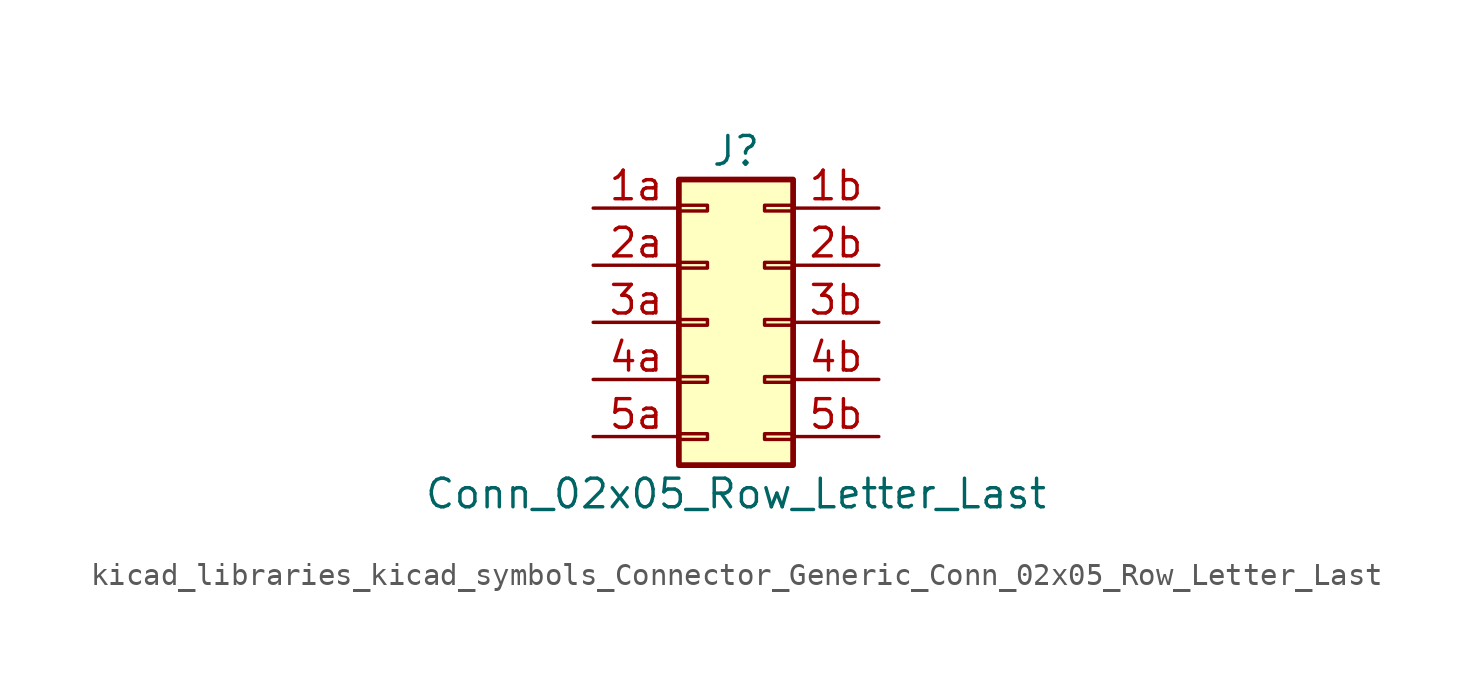
<source format=kicad_sym>
(kicad_symbol_lib
  (version 20220914)
  (generator kicad_symbol_editor)
  (symbol "kicad_libraries_kicad_symbols_Connector_Generic_Conn_02x05_Row_Letter_Last"
    (pin_names
      (offset 1.016) hide)
    (property "Reference" "J"
      (at 1.27 7.62 0)
      (effects (font (size 1.27 1.27))))
    (property "Value" "Conn_02x05_Row_Letter_Last"
      (at 1.27 -7.62 0)
      (effects (font (size 1.27 1.27))))
    (symbol "kicad_libraries_kicad_symbols_Connector_Generic_Conn_02x05_Row_Letter_Last_1_1"
      (rectangle (start -1.27 -4.953) (end 0 -5.207) (stroke (width 0.152) (type default)) (fill (type none)))
      (rectangle (start -1.27 -2.413) (end 0 -2.667) (stroke (width 0.152) (type default)) (fill (type none)))
      (rectangle (start -1.27 0.127) (end 0 -0.127) (stroke (width 0.152) (type default)) (fill (type none)))
      (rectangle (start -1.27 2.667) (end 0 2.413) (stroke (width 0.152) (type default)) (fill (type none)))
      (rectangle (start -1.27 5.207) (end 0 4.953) (stroke (width 0.152) (type default)) (fill (type none)))
      (rectangle (start -1.27 6.35) (end 3.81 -6.35) (stroke (width 0.254) (type default)) (fill (type background)))
      (rectangle (start 3.81 -4.953) (end 2.54 -5.207) (stroke (width 0.152) (type default)) (fill (type none)))
      (rectangle (start 3.81 -2.413) (end 2.54 -2.667) (stroke (width 0.152) (type default)) (fill (type none)))
      (rectangle (start 3.81 0.127) (end 2.54 -0.127) (stroke (width 0.152) (type default)) (fill (type none)))
      (rectangle (start 3.81 2.667) (end 2.54 2.413) (stroke (width 0.152) (type default)) (fill (type none)))
      (rectangle (start 3.81 5.207) (end 2.54 4.953) (stroke (width 0.152) (type default)) (fill (type none)))
      (pin passive line (at -5.08 5.08 0) (length 3.81) (name "Pin_1a" (effects (font (size 1.27 1.27)))) (number "1a" (effects (font (size 1.27 1.27)))))
      (pin passive line (at 7.62 5.08 180) (length 3.81) (name "Pin_1b" (effects (font (size 1.27 1.27)))) (number "1b" (effects (font (size 1.27 1.27)))))
      (pin passive line (at -5.08 2.54 0) (length 3.81) (name "Pin_2a" (effects (font (size 1.27 1.27)))) (number "2a" (effects (font (size 1.27 1.27)))))
      (pin passive line (at 7.62 2.54 180) (length 3.81) (name "Pin_2b" (effects (font (size 1.27 1.27)))) (number "2b" (effects (font (size 1.27 1.27)))))
      (pin passive line (at -5.08 0 0) (length 3.81) (name "Pin_3a" (effects (font (size 1.27 1.27)))) (number "3a" (effects (font (size 1.27 1.27)))))
      (pin passive line (at 7.62 0 180) (length 3.81) (name "Pin_3b" (effects (font (size 1.27 1.27)))) (number "3b" (effects (font (size 1.27 1.27)))))
      (pin passive line (at -5.08 -2.54 0) (length 3.81) (name "Pin_4a" (effects (font (size 1.27 1.27)))) (number "4a" (effects (font (size 1.27 1.27)))))
      (pin passive line (at 7.62 -2.54 180) (length 3.81) (name "Pin_4b" (effects (font (size 1.27 1.27)))) (number "4b" (effects (font (size 1.27 1.27)))))
      (pin passive line (at -5.08 -5.08 0) (length 3.81) (name "Pin_5a" (effects (font (size 1.27 1.27)))) (number "5a" (effects (font (size 1.27 1.27)))))
      (pin passive line (at 7.62 -5.08 180) (length 3.81) (name "Pin_5b" (effects (font (size 1.27 1.27)))) (number "5b" (effects (font (size 1.27 1.27))))))))
</source>
